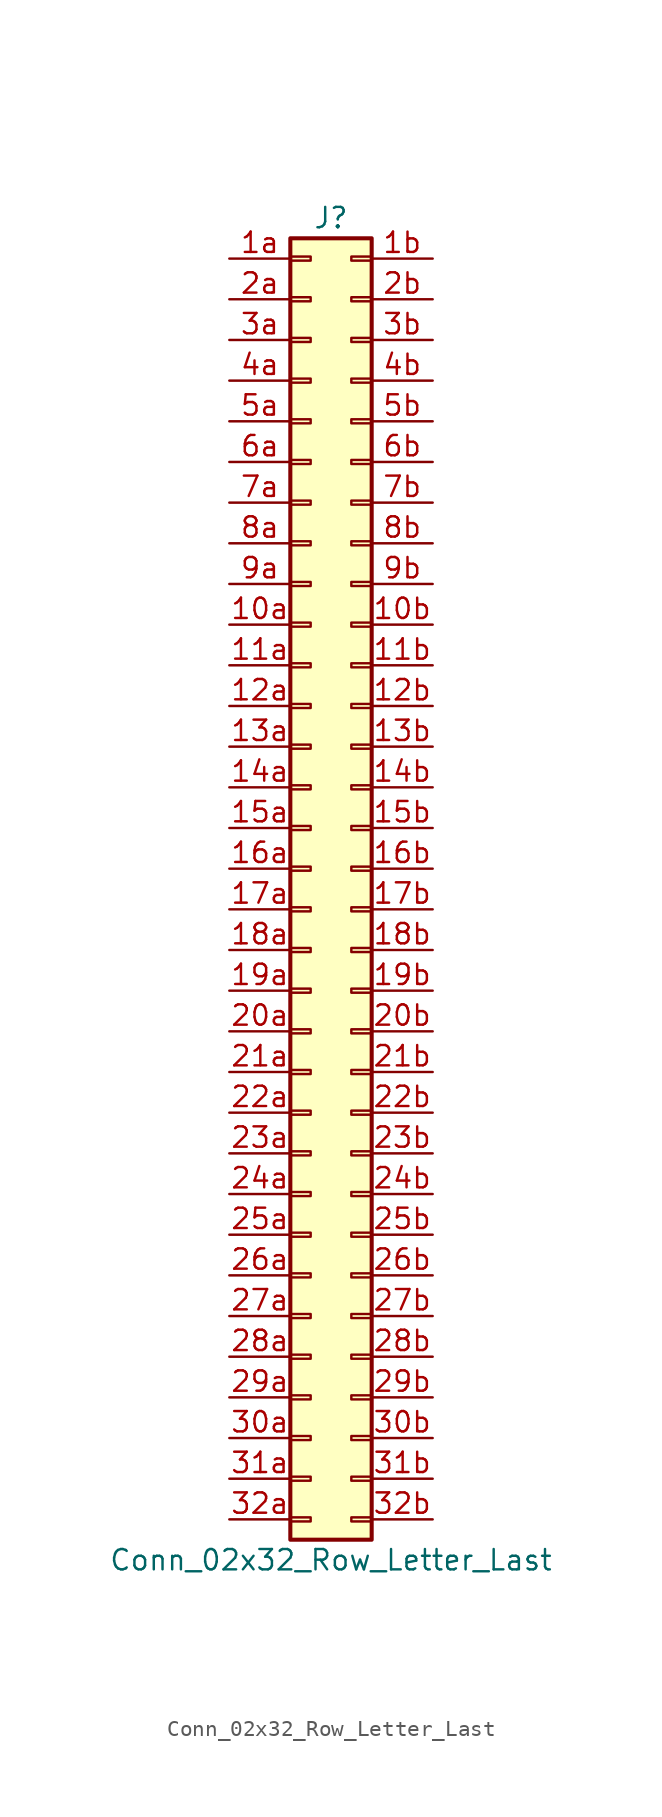
<source format=kicad_sym>
(kicad_symbol_lib
  (version 20220914)
  (generator kicad_symbol_editor)
  (symbol "Conn_02x32_Row_Letter_Last"
    (pin_names
      (offset 1.016) hide)
    (property "Reference" "J"
      (at 1.27 40.64 0)
      (effects (font (size 1.27 1.27))))
    (property "Value" "Conn_02x32_Row_Letter_Last"
      (at 1.27 -43.18 0)
      (effects (font (size 1.27 1.27))))
    (symbol "Conn_02x32_Row_Letter_Last_1_1"
      (rectangle (start -1.27 -40.513) (end 0 -40.767) (stroke (width 0.152) (type default)) (fill (type none)))
      (rectangle (start -1.27 -37.973) (end 0 -38.227) (stroke (width 0.152) (type default)) (fill (type none)))
      (rectangle (start -1.27 -35.433) (end 0 -35.687) (stroke (width 0.152) (type default)) (fill (type none)))
      (rectangle (start -1.27 -32.893) (end 0 -33.147) (stroke (width 0.152) (type default)) (fill (type none)))
      (rectangle (start -1.27 -30.353) (end 0 -30.607) (stroke (width 0.152) (type default)) (fill (type none)))
      (rectangle (start -1.27 -27.813) (end 0 -28.067) (stroke (width 0.152) (type default)) (fill (type none)))
      (rectangle (start -1.27 -25.273) (end 0 -25.527) (stroke (width 0.152) (type default)) (fill (type none)))
      (rectangle (start -1.27 -22.733) (end 0 -22.987) (stroke (width 0.152) (type default)) (fill (type none)))
      (rectangle (start -1.27 -20.193) (end 0 -20.447) (stroke (width 0.152) (type default)) (fill (type none)))
      (rectangle (start -1.27 -17.653) (end 0 -17.907) (stroke (width 0.152) (type default)) (fill (type none)))
      (rectangle (start -1.27 -15.113) (end 0 -15.367) (stroke (width 0.152) (type default)) (fill (type none)))
      (rectangle (start -1.27 -12.573) (end 0 -12.827) (stroke (width 0.152) (type default)) (fill (type none)))
      (rectangle (start -1.27 -10.033) (end 0 -10.287) (stroke (width 0.152) (type default)) (fill (type none)))
      (rectangle (start -1.27 -7.493) (end 0 -7.747) (stroke (width 0.152) (type default)) (fill (type none)))
      (rectangle (start -1.27 -4.953) (end 0 -5.207) (stroke (width 0.152) (type default)) (fill (type none)))
      (rectangle (start -1.27 -2.413) (end 0 -2.667) (stroke (width 0.152) (type default)) (fill (type none)))
      (rectangle (start -1.27 0.127) (end 0 -0.127) (stroke (width 0.152) (type default)) (fill (type none)))
      (rectangle (start -1.27 2.667) (end 0 2.413) (stroke (width 0.152) (type default)) (fill (type none)))
      (rectangle (start -1.27 5.207) (end 0 4.953) (stroke (width 0.152) (type default)) (fill (type none)))
      (rectangle (start -1.27 7.747) (end 0 7.493) (stroke (width 0.152) (type default)) (fill (type none)))
      (rectangle (start -1.27 10.287) (end 0 10.033) (stroke (width 0.152) (type default)) (fill (type none)))
      (rectangle (start -1.27 12.827) (end 0 12.573) (stroke (width 0.152) (type default)) (fill (type none)))
      (rectangle (start -1.27 15.367) (end 0 15.113) (stroke (width 0.152) (type default)) (fill (type none)))
      (rectangle (start -1.27 17.907) (end 0 17.653) (stroke (width 0.152) (type default)) (fill (type none)))
      (rectangle (start -1.27 20.447) (end 0 20.193) (stroke (width 0.152) (type default)) (fill (type none)))
      (rectangle (start -1.27 22.987) (end 0 22.733) (stroke (width 0.152) (type default)) (fill (type none)))
      (rectangle (start -1.27 25.527) (end 0 25.273) (stroke (width 0.152) (type default)) (fill (type none)))
      (rectangle (start -1.27 28.067) (end 0 27.813) (stroke (width 0.152) (type default)) (fill (type none)))
      (rectangle (start -1.27 30.607) (end 0 30.353) (stroke (width 0.152) (type default)) (fill (type none)))
      (rectangle (start -1.27 33.147) (end 0 32.893) (stroke (width 0.152) (type default)) (fill (type none)))
      (rectangle (start -1.27 35.687) (end 0 35.433) (stroke (width 0.152) (type default)) (fill (type none)))
      (rectangle (start -1.27 38.227) (end 0 37.973) (stroke (width 0.152) (type default)) (fill (type none)))
      (rectangle (start -1.27 39.37) (end 3.81 -41.91) (stroke (width 0.254) (type default)) (fill (type background)))
      (rectangle (start 3.81 -40.513) (end 2.54 -40.767) (stroke (width 0.152) (type default)) (fill (type none)))
      (rectangle (start 3.81 -37.973) (end 2.54 -38.227) (stroke (width 0.152) (type default)) (fill (type none)))
      (rectangle (start 3.81 -35.433) (end 2.54 -35.687) (stroke (width 0.152) (type default)) (fill (type none)))
      (rectangle (start 3.81 -32.893) (end 2.54 -33.147) (stroke (width 0.152) (type default)) (fill (type none)))
      (rectangle (start 3.81 -30.353) (end 2.54 -30.607) (stroke (width 0.152) (type default)) (fill (type none)))
      (rectangle (start 3.81 -27.813) (end 2.54 -28.067) (stroke (width 0.152) (type default)) (fill (type none)))
      (rectangle (start 3.81 -25.273) (end 2.54 -25.527) (stroke (width 0.152) (type default)) (fill (type none)))
      (rectangle (start 3.81 -22.733) (end 2.54 -22.987) (stroke (width 0.152) (type default)) (fill (type none)))
      (rectangle (start 3.81 -20.193) (end 2.54 -20.447) (stroke (width 0.152) (type default)) (fill (type none)))
      (rectangle (start 3.81 -17.653) (end 2.54 -17.907) (stroke (width 0.152) (type default)) (fill (type none)))
      (rectangle (start 3.81 -15.113) (end 2.54 -15.367) (stroke (width 0.152) (type default)) (fill (type none)))
      (rectangle (start 3.81 -12.573) (end 2.54 -12.827) (stroke (width 0.152) (type default)) (fill (type none)))
      (rectangle (start 3.81 -10.033) (end 2.54 -10.287) (stroke (width 0.152) (type default)) (fill (type none)))
      (rectangle (start 3.81 -7.493) (end 2.54 -7.747) (stroke (width 0.152) (type default)) (fill (type none)))
      (rectangle (start 3.81 -4.953) (end 2.54 -5.207) (stroke (width 0.152) (type default)) (fill (type none)))
      (rectangle (start 3.81 -2.413) (end 2.54 -2.667) (stroke (width 0.152) (type default)) (fill (type none)))
      (rectangle (start 3.81 0.127) (end 2.54 -0.127) (stroke (width 0.152) (type default)) (fill (type none)))
      (rectangle (start 3.81 2.667) (end 2.54 2.413) (stroke (width 0.152) (type default)) (fill (type none)))
      (rectangle (start 3.81 5.207) (end 2.54 4.953) (stroke (width 0.152) (type default)) (fill (type none)))
      (rectangle (start 3.81 7.747) (end 2.54 7.493) (stroke (width 0.152) (type default)) (fill (type none)))
      (rectangle (start 3.81 10.287) (end 2.54 10.033) (stroke (width 0.152) (type default)) (fill (type none)))
      (rectangle (start 3.81 12.827) (end 2.54 12.573) (stroke (width 0.152) (type default)) (fill (type none)))
      (rectangle (start 3.81 15.367) (end 2.54 15.113) (stroke (width 0.152) (type default)) (fill (type none)))
      (rectangle (start 3.81 17.907) (end 2.54 17.653) (stroke (width 0.152) (type default)) (fill (type none)))
      (rectangle (start 3.81 20.447) (end 2.54 20.193) (stroke (width 0.152) (type default)) (fill (type none)))
      (rectangle (start 3.81 22.987) (end 2.54 22.733) (stroke (width 0.152) (type default)) (fill (type none)))
      (rectangle (start 3.81 25.527) (end 2.54 25.273) (stroke (width 0.152) (type default)) (fill (type none)))
      (rectangle (start 3.81 28.067) (end 2.54 27.813) (stroke (width 0.152) (type default)) (fill (type none)))
      (rectangle (start 3.81 30.607) (end 2.54 30.353) (stroke (width 0.152) (type default)) (fill (type none)))
      (rectangle (start 3.81 33.147) (end 2.54 32.893) (stroke (width 0.152) (type default)) (fill (type none)))
      (rectangle (start 3.81 35.687) (end 2.54 35.433) (stroke (width 0.152) (type default)) (fill (type none)))
      (rectangle (start 3.81 38.227) (end 2.54 37.973) (stroke (width 0.152) (type default)) (fill (type none)))
      (pin passive line (at -5.08 15.24 0) (length 3.81) (name "Pin_10a" (effects (font (size 1.27 1.27)))) (number "10a" (effects (font (size 1.27 1.27)))))
      (pin passive line (at 7.62 15.24 180) (length 3.81) (name "Pin_10b" (effects (font (size 1.27 1.27)))) (number "10b" (effects (font (size 1.27 1.27)))))
      (pin passive line (at -5.08 12.7 0) (length 3.81) (name "Pin_11a" (effects (font (size 1.27 1.27)))) (number "11a" (effects (font (size 1.27 1.27)))))
      (pin passive line (at 7.62 12.7 180) (length 3.81) (name "Pin_11b" (effects (font (size 1.27 1.27)))) (number "11b" (effects (font (size 1.27 1.27)))))
      (pin passive line (at -5.08 10.16 0) (length 3.81) (name "Pin_12a" (effects (font (size 1.27 1.27)))) (number "12a" (effects (font (size 1.27 1.27)))))
      (pin passive line (at 7.62 10.16 180) (length 3.81) (name "Pin_12b" (effects (font (size 1.27 1.27)))) (number "12b" (effects (font (size 1.27 1.27)))))
      (pin passive line (at -5.08 7.62 0) (length 3.81) (name "Pin_13a" (effects (font (size 1.27 1.27)))) (number "13a" (effects (font (size 1.27 1.27)))))
      (pin passive line (at 7.62 7.62 180) (length 3.81) (name "Pin_13b" (effects (font (size 1.27 1.27)))) (number "13b" (effects (font (size 1.27 1.27)))))
      (pin passive line (at -5.08 5.08 0) (length 3.81) (name "Pin_14a" (effects (font (size 1.27 1.27)))) (number "14a" (effects (font (size 1.27 1.27)))))
      (pin passive line (at 7.62 5.08 180) (length 3.81) (name "Pin_14b" (effects (font (size 1.27 1.27)))) (number "14b" (effects (font (size 1.27 1.27)))))
      (pin passive line (at -5.08 2.54 0) (length 3.81) (name "Pin_15a" (effects (font (size 1.27 1.27)))) (number "15a" (effects (font (size 1.27 1.27)))))
      (pin passive line (at 7.62 2.54 180) (length 3.81) (name "Pin_15b" (effects (font (size 1.27 1.27)))) (number "15b" (effects (font (size 1.27 1.27)))))
      (pin passive line (at -5.08 0 0) (length 3.81) (name "Pin_16a" (effects (font (size 1.27 1.27)))) (number "16a" (effects (font (size 1.27 1.27)))))
      (pin passive line (at 7.62 0 180) (length 3.81) (name "Pin_16b" (effects (font (size 1.27 1.27)))) (number "16b" (effects (font (size 1.27 1.27)))))
      (pin passive line (at -5.08 -2.54 0) (length 3.81) (name "Pin_17a" (effects (font (size 1.27 1.27)))) (number "17a" (effects (font (size 1.27 1.27)))))
      (pin passive line (at 7.62 -2.54 180) (length 3.81) (name "Pin_17b" (effects (font (size 1.27 1.27)))) (number "17b" (effects (font (size 1.27 1.27)))))
      (pin passive line (at -5.08 -5.08 0) (length 3.81) (name "Pin_18a" (effects (font (size 1.27 1.27)))) (number "18a" (effects (font (size 1.27 1.27)))))
      (pin passive line (at 7.62 -5.08 180) (length 3.81) (name "Pin_18b" (effects (font (size 1.27 1.27)))) (number "18b" (effects (font (size 1.27 1.27)))))
      (pin passive line (at -5.08 -7.62 0) (length 3.81) (name "Pin_19a" (effects (font (size 1.27 1.27)))) (number "19a" (effects (font (size 1.27 1.27)))))
      (pin passive line (at 7.62 -7.62 180) (length 3.81) (name "Pin_19b" (effects (font (size 1.27 1.27)))) (number "19b" (effects (font (size 1.27 1.27)))))
      (pin passive line (at -5.08 38.1 0) (length 3.81) (name "Pin_1a" (effects (font (size 1.27 1.27)))) (number "1a" (effects (font (size 1.27 1.27)))))
      (pin passive line (at 7.62 38.1 180) (length 3.81) (name "Pin_1b" (effects (font (size 1.27 1.27)))) (number "1b" (effects (font (size 1.27 1.27)))))
      (pin passive line (at -5.08 -10.16 0) (length 3.81) (name "Pin_20a" (effects (font (size 1.27 1.27)))) (number "20a" (effects (font (size 1.27 1.27)))))
      (pin passive line (at 7.62 -10.16 180) (length 3.81) (name "Pin_20b" (effects (font (size 1.27 1.27)))) (number "20b" (effects (font (size 1.27 1.27)))))
      (pin passive line (at -5.08 -12.7 0) (length 3.81) (name "Pin_21a" (effects (font (size 1.27 1.27)))) (number "21a" (effects (font (size 1.27 1.27)))))
      (pin passive line (at 7.62 -12.7 180) (length 3.81) (name "Pin_21b" (effects (font (size 1.27 1.27)))) (number "21b" (effects (font (size 1.27 1.27)))))
      (pin passive line (at -5.08 -15.24 0) (length 3.81) (name "Pin_22a" (effects (font (size 1.27 1.27)))) (number "22a" (effects (font (size 1.27 1.27)))))
      (pin passive line (at 7.62 -15.24 180) (length 3.81) (name "Pin_22b" (effects (font (size 1.27 1.27)))) (number "22b" (effects (font (size 1.27 1.27)))))
      (pin passive line (at -5.08 -17.78 0) (length 3.81) (name "Pin_23a" (effects (font (size 1.27 1.27)))) (number "23a" (effects (font (size 1.27 1.27)))))
      (pin passive line (at 7.62 -17.78 180) (length 3.81) (name "Pin_23b" (effects (font (size 1.27 1.27)))) (number "23b" (effects (font (size 1.27 1.27)))))
      (pin passive line (at -5.08 -20.32 0) (length 3.81) (name "Pin_24a" (effects (font (size 1.27 1.27)))) (number "24a" (effects (font (size 1.27 1.27)))))
      (pin passive line (at 7.62 -20.32 180) (length 3.81) (name "Pin_24b" (effects (font (size 1.27 1.27)))) (number "24b" (effects (font (size 1.27 1.27)))))
      (pin passive line (at -5.08 -22.86 0) (length 3.81) (name "Pin_25a" (effects (font (size 1.27 1.27)))) (number "25a" (effects (font (size 1.27 1.27)))))
      (pin passive line (at 7.62 -22.86 180) (length 3.81) (name "Pin_25b" (effects (font (size 1.27 1.27)))) (number "25b" (effects (font (size 1.27 1.27)))))
      (pin passive line (at -5.08 -25.4 0) (length 3.81) (name "Pin_26a" (effects (font (size 1.27 1.27)))) (number "26a" (effects (font (size 1.27 1.27)))))
      (pin passive line (at 7.62 -25.4 180) (length 3.81) (name "Pin_26b" (effects (font (size 1.27 1.27)))) (number "26b" (effects (font (size 1.27 1.27)))))
      (pin passive line (at -5.08 -27.94 0) (length 3.81) (name "Pin_27a" (effects (font (size 1.27 1.27)))) (number "27a" (effects (font (size 1.27 1.27)))))
      (pin passive line (at 7.62 -27.94 180) (length 3.81) (name "Pin_27b" (effects (font (size 1.27 1.27)))) (number "27b" (effects (font (size 1.27 1.27)))))
      (pin passive line (at -5.08 -30.48 0) (length 3.81) (name "Pin_28a" (effects (font (size 1.27 1.27)))) (number "28a" (effects (font (size 1.27 1.27)))))
      (pin passive line (at 7.62 -30.48 180) (length 3.81) (name "Pin_28b" (effects (font (size 1.27 1.27)))) (number "28b" (effects (font (size 1.27 1.27)))))
      (pin passive line (at -5.08 -33.02 0) (length 3.81) (name "Pin_29a" (effects (font (size 1.27 1.27)))) (number "29a" (effects (font (size 1.27 1.27)))))
      (pin passive line (at 7.62 -33.02 180) (length 3.81) (name "Pin_29b" (effects (font (size 1.27 1.27)))) (number "29b" (effects (font (size 1.27 1.27)))))
      (pin passive line (at -5.08 35.56 0) (length 3.81) (name "Pin_2a" (effects (font (size 1.27 1.27)))) (number "2a" (effects (font (size 1.27 1.27)))))
      (pin passive line (at 7.62 35.56 180) (length 3.81) (name "Pin_2b" (effects (font (size 1.27 1.27)))) (number "2b" (effects (font (size 1.27 1.27)))))
      (pin passive line (at -5.08 -35.56 0) (length 3.81) (name "Pin_30a" (effects (font (size 1.27 1.27)))) (number "30a" (effects (font (size 1.27 1.27)))))
      (pin passive line (at 7.62 -35.56 180) (length 3.81) (name "Pin_30b" (effects (font (size 1.27 1.27)))) (number "30b" (effects (font (size 1.27 1.27)))))
      (pin passive line (at -5.08 -38.1 0) (length 3.81) (name "Pin_31a" (effects (font (size 1.27 1.27)))) (number "31a" (effects (font (size 1.27 1.27)))))
      (pin passive line (at 7.62 -38.1 180) (length 3.81) (name "Pin_31b" (effects (font (size 1.27 1.27)))) (number "31b" (effects (font (size 1.27 1.27)))))
      (pin passive line (at -5.08 -40.64 0) (length 3.81) (name "Pin_32a" (effects (font (size 1.27 1.27)))) (number "32a" (effects (font (size 1.27 1.27)))))
      (pin passive line (at 7.62 -40.64 180) (length 3.81) (name "Pin_32b" (effects (font (size 1.27 1.27)))) (number "32b" (effects (font (size 1.27 1.27)))))
      (pin passive line (at -5.08 33.02 0) (length 3.81) (name "Pin_3a" (effects (font (size 1.27 1.27)))) (number "3a" (effects (font (size 1.27 1.27)))))
      (pin passive line (at 7.62 33.02 180) (length 3.81) (name "Pin_3b" (effects (font (size 1.27 1.27)))) (number "3b" (effects (font (size 1.27 1.27)))))
      (pin passive line (at -5.08 30.48 0) (length 3.81) (name "Pin_4a" (effects (font (size 1.27 1.27)))) (number "4a" (effects (font (size 1.27 1.27)))))
      (pin passive line (at 7.62 30.48 180) (length 3.81) (name "Pin_4b" (effects (font (size 1.27 1.27)))) (number "4b" (effects (font (size 1.27 1.27)))))
      (pin passive line (at -5.08 27.94 0) (length 3.81) (name "Pin_5a" (effects (font (size 1.27 1.27)))) (number "5a" (effects (font (size 1.27 1.27)))))
      (pin passive line (at 7.62 27.94 180) (length 3.81) (name "Pin_5b" (effects (font (size 1.27 1.27)))) (number "5b" (effects (font (size 1.27 1.27)))))
      (pin passive line (at -5.08 25.4 0) (length 3.81) (name "Pin_6a" (effects (font (size 1.27 1.27)))) (number "6a" (effects (font (size 1.27 1.27)))))
      (pin passive line (at 7.62 25.4 180) (length 3.81) (name "Pin_6b" (effects (font (size 1.27 1.27)))) (number "6b" (effects (font (size 1.27 1.27)))))
      (pin passive line (at -5.08 22.86 0) (length 3.81) (name "Pin_7a" (effects (font (size 1.27 1.27)))) (number "7a" (effects (font (size 1.27 1.27)))))
      (pin passive line (at 7.62 22.86 180) (length 3.81) (name "Pin_7b" (effects (font (size 1.27 1.27)))) (number "7b" (effects (font (size 1.27 1.27)))))
      (pin passive line (at -5.08 20.32 0) (length 3.81) (name "Pin_8a" (effects (font (size 1.27 1.27)))) (number "8a" (effects (font (size 1.27 1.27)))))
      (pin passive line (at 7.62 20.32 180) (length 3.81) (name "Pin_8b" (effects (font (size 1.27 1.27)))) (number "8b" (effects (font (size 1.27 1.27)))))
      (pin passive line (at -5.08 17.78 0) (length 3.81) (name "Pin_9a" (effects (font (size 1.27 1.27)))) (number "9a" (effects (font (size 1.27 1.27)))))
      (pin passive line (at 7.62 17.78 180) (length 3.81) (name "Pin_9b" (effects (font (size 1.27 1.27)))) (number "9b" (effects (font (size 1.27 1.27))))))))
</source>
